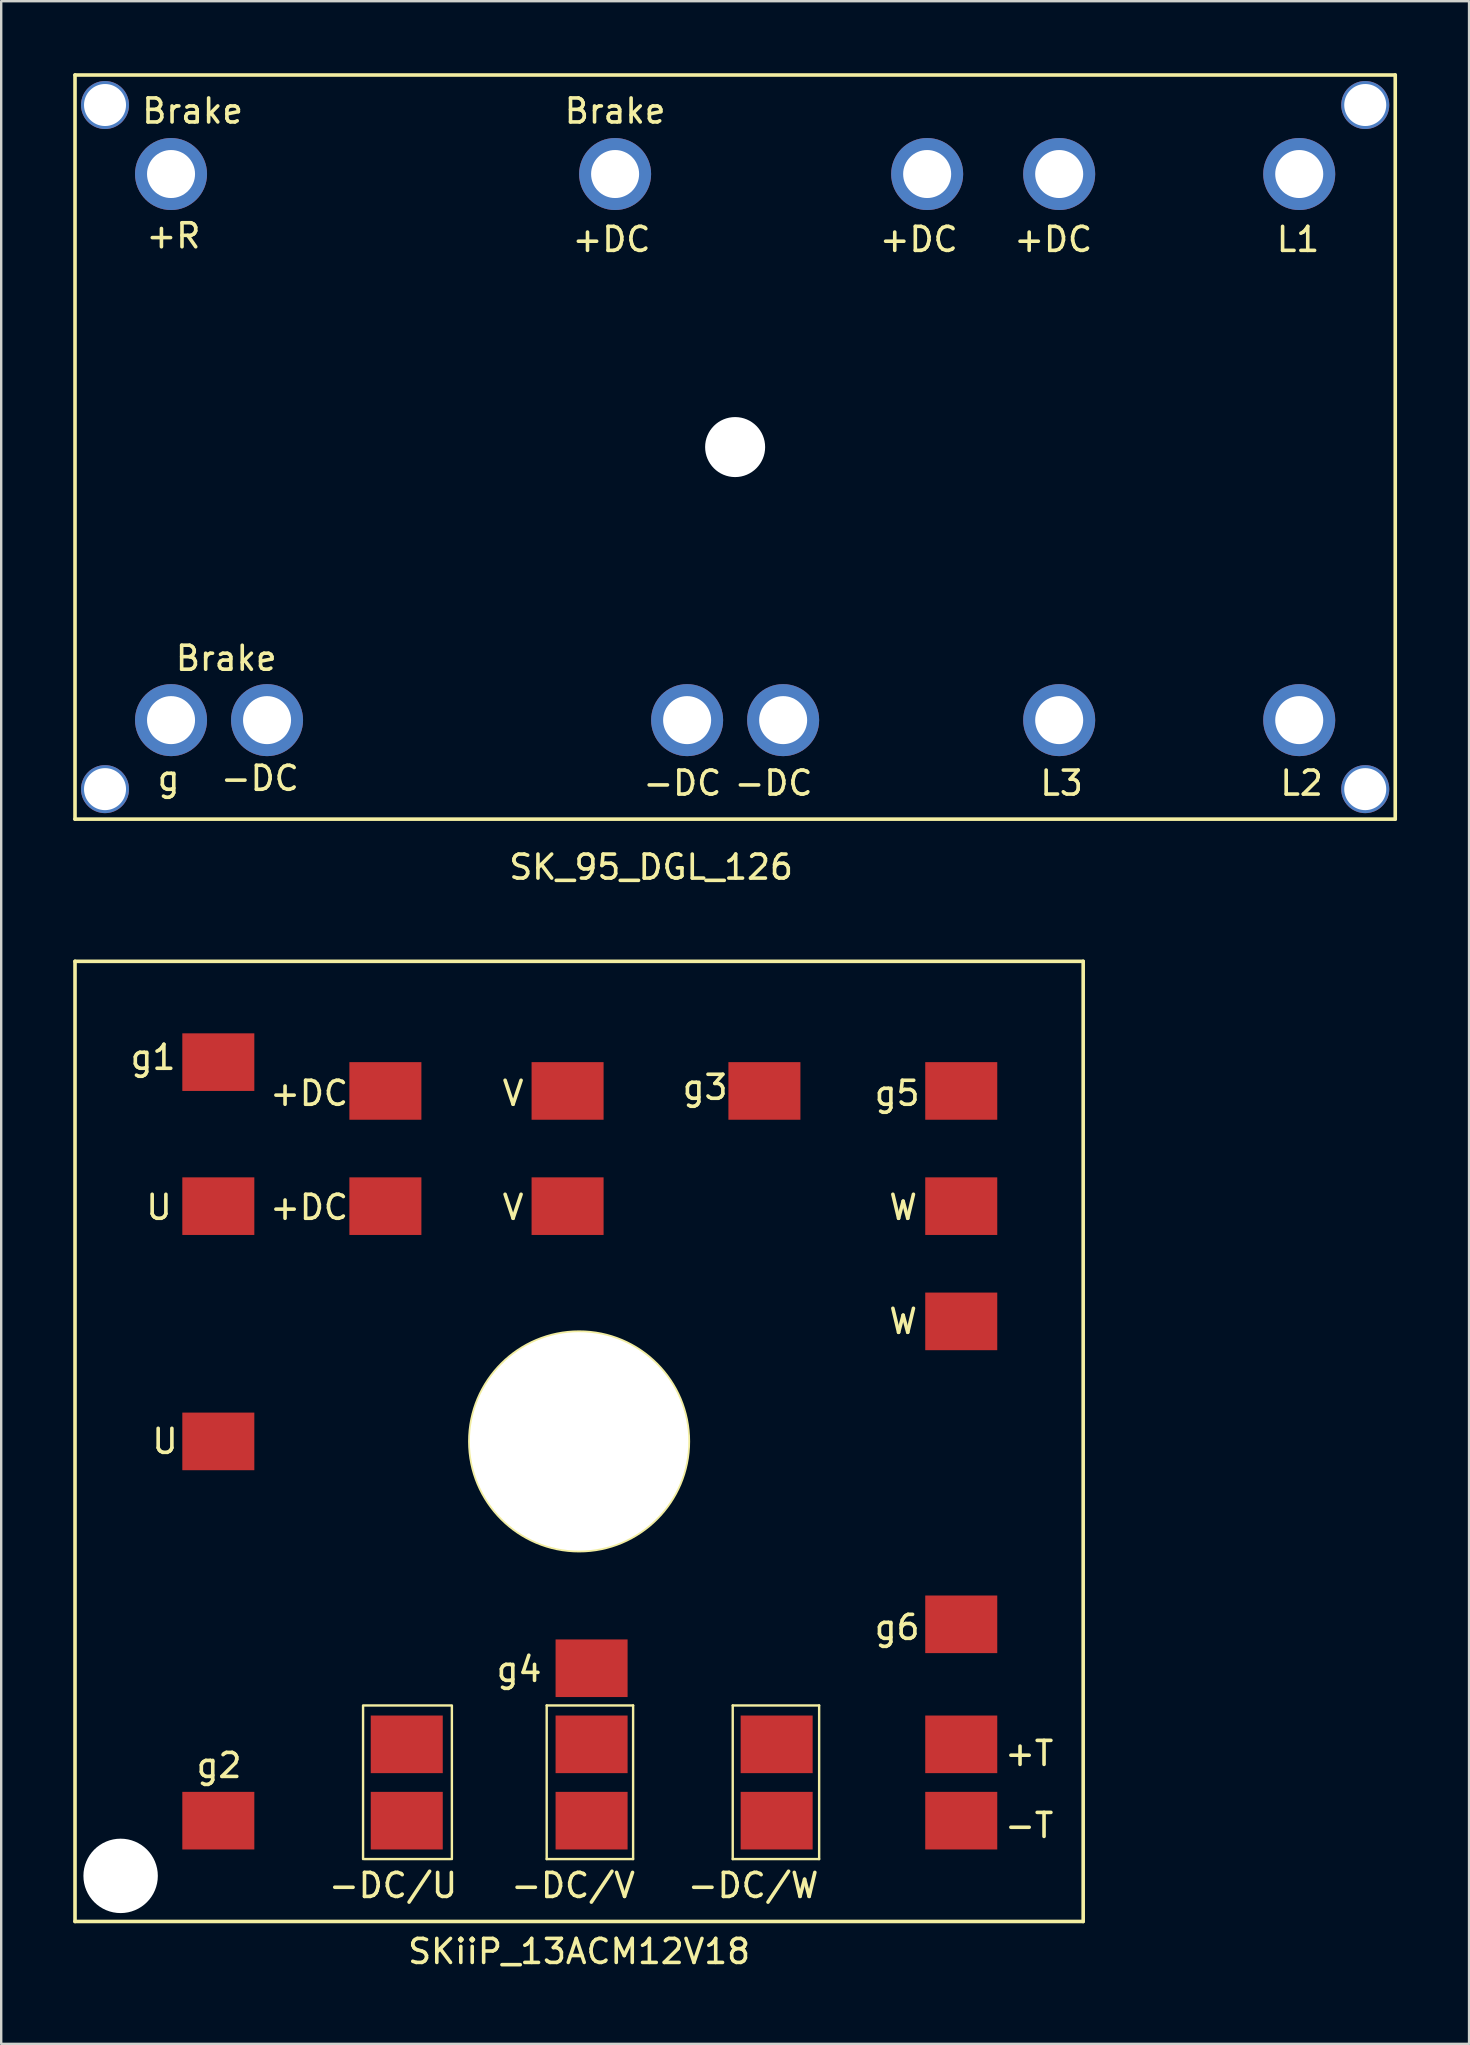
<source format=kicad_pcb>
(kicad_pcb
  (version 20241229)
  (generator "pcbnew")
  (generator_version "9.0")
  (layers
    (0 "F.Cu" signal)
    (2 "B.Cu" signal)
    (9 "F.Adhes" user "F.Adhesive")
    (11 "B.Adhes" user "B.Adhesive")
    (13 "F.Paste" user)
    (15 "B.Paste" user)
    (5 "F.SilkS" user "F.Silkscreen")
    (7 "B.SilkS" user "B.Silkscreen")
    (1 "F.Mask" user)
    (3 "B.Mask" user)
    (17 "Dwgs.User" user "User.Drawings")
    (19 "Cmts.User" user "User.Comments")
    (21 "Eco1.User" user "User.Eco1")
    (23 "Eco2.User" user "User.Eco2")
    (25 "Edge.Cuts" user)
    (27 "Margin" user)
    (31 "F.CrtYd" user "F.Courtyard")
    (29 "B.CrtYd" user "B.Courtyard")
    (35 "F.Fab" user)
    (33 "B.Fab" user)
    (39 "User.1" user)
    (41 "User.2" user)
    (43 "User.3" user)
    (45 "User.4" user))
  (footprint "SKiiP_13ACM12V18"
    (layer "F.Cu")
    (at 21.075 56.998)
    (property "Reference" "SKiiP_13ACM12V18" (at 0 21.25 0) (layer "F.SilkS") (effects (font (size 1 1) (thickness 0.15))))
    (attr through_hole)
    (fp_line (start -21 -20) (end 21 -20) (stroke (width 0.15) (type solid)) (layer "F.SilkS"))
    (fp_line (start -21 20) (end -21 -20) (stroke (width 0.15) (type solid)) (layer "F.SilkS"))
    (fp_line (start -9 11) (end -9 17.4) (stroke (width 0.1) (type solid)) (layer "F.SilkS"))
    (fp_line (start -8.95 17.4) (end -5.35 17.4) (stroke (width 0.1) (type solid)) (layer "F.SilkS"))
    (fp_line (start -5.35 11) (end -8.95 11) (stroke (width 0.1) (type solid)) (layer "F.SilkS"))
    (fp_line (start -5.3 17.4) (end -5.3 11) (stroke (width 0.1) (type solid)) (layer "F.SilkS"))
    (fp_line (start -1.35 11) (end -1.35 17.4) (stroke (width 0.1) (type solid)) (layer "F.SilkS"))
    (fp_line (start -1.35 17.4) (end 2.25 17.4) (stroke (width 0.1) (type solid)) (layer "F.SilkS"))
    (fp_line (start 2.25 11) (end -1.35 11) (stroke (width 0.1) (type solid)) (layer "F.SilkS"))
    (fp_line (start 2.25 17.4) (end 2.25 11) (stroke (width 0.1) (type solid)) (layer "F.SilkS"))
    (fp_line (start 6.4 11) (end 6.4 17.4) (stroke (width 0.1) (type solid)) (layer "F.SilkS"))
    (fp_line (start 6.4 17.4) (end 10 17.4) (stroke (width 0.1) (type solid)) (layer "F.SilkS"))
    (fp_line (start 10 11) (end 6.4 11) (stroke (width 0.1) (type solid)) (layer "F.SilkS"))
    (fp_line (start 10 17.4) (end 10 11) (stroke (width 0.1) (type solid)) (layer "F.SilkS"))
    (fp_line (start 21 -20) (end 21 20) (stroke (width 0.15) (type solid)) (layer "F.SilkS"))
    (fp_line (start 21 20) (end -21 20) (stroke (width 0.15) (type solid)) (layer "F.SilkS"))
    (fp_circle (center 0 0) (end 4.55 0) (stroke (width 0.15) (type solid)) (fill no) (layer "F.SilkS"))
    (fp_text user "-DC/V" (at -0.25 18.5 0) (layer "F.SilkS") (effects (font (size 1 1) (thickness 0.15))))
    (fp_text user "W" (at 13.5 -5 0) (layer "F.SilkS") (effects (font (size 1 1) (thickness 0.15))))
    (fp_text user "-T" (at 18.75 16 0) (layer "F.SilkS") (effects (font (size 1 1) (thickness 0.15))))
    (fp_text user "+DC" (at -11.25 -9.75 0) (layer "F.SilkS") (effects (font (size 1 1) (thickness 0.15))))
    (fp_text user "U" (at -17.5 -9.75 0) (layer "F.SilkS") (effects (font (size 1 1) (thickness 0.15))))
    (fp_text user "g6" (at 13.25 7.75 0) (layer "F.SilkS") (effects (font (size 1 1) (thickness 0.15))))
    (fp_text user "V" (at -2.75 -14.5 0) (layer "F.SilkS") (effects (font (size 1 1) (thickness 0.15))))
    (fp_text user "g3" (at 5.25 -14.75 0) (layer "F.SilkS") (effects (font (size 1 1) (thickness 0.15))))
    (fp_text user "-DC/U" (at -7.75 18.5 0) (layer "F.SilkS") (effects (font (size 1 1) (thickness 0.15))))
    (fp_text user "g5" (at 13.25 -14.5 0) (layer "F.SilkS") (effects (font (size 1 1) (thickness 0.15))))
    (fp_text user "g1" (at -17.75 -16 0) (layer "F.SilkS") (effects (font (size 1 1) (thickness 0.15))))
    (fp_text user "g4" (at -2.5 9.5 0) (layer "F.SilkS") (effects (font (size 1 1) (thickness 0.15))))
    (fp_text user "V" (at -2.75 -9.75 0) (layer "F.SilkS") (effects (font (size 1 1) (thickness 0.15))))
    (fp_text user "-DC/W" (at 7.25 18.5 0) (layer "F.SilkS") (effects (font (size 1 1) (thickness 0.15))))
    (fp_text user "g2" (at -15 13.5 0) (layer "F.SilkS") (effects (font (size 1 1) (thickness 0.15))))
    (fp_text user "+T" (at 18.75 13 0) (layer "F.SilkS") (effects (font (size 1 1) (thickness 0.15))))
    (fp_text user "+DC" (at -11.25 -14.5 0) (layer "F.SilkS") (effects (font (size 1 1) (thickness 0.15))))
    (fp_text user "U" (at -17.25 0 0) (layer "F.SilkS") (effects (font (size 1 1) (thickness 0.15))))
    (fp_text user "W" (at 13.5 -9.75 0) (layer "F.SilkS") (effects (font (size 1 1) (thickness 0.15))))
    (pad "" np_thru_hole circle (at -19.1 18.1) (size 3.1 3.1) (drill 3.1) (layers "*.Cu" "*.Mask"))
    (pad "" np_thru_hole circle (at 0 0) (size 9.1 9.1) (drill 9.1) (layers "*.Cu" "*.Mask"))
    (pad "1" smd rect (at -15.03 -15.8) (size 3 2.4) (layers "F.Cu" "F.Mask"))
    (pad "2" smd rect (at -15.03 15.8) (size 3 2.4) (layers "F.Cu" "F.Mask"))
    (pad "3" smd rect (at 7.72 -14.6) (size 3 2.4) (layers "F.Cu" "F.Mask"))
    (pad "4" smd rect (at 0.52 9.45) (size 3 2.4) (layers "F.Cu" "F.Mask"))
    (pad "5" smd rect (at 15.92 -14.6) (size 3 2.4) (layers "F.Cu" "F.Mask"))
    (pad "6" smd rect (at 15.92 7.62) (size 3 2.4) (layers "F.Cu" "F.Mask"))
    (pad "7" smd rect (at -8.07 -14.6) (size 3 2.4) (layers "F.Cu" "F.Mask"))
    (pad "8" smd rect (at -8.07 -9.8) (size 3 2.4) (layers "F.Cu" "F.Mask"))
    (pad "9" smd rect (at -7.18 12.62) (size 3 2.4) (layers "F.Cu" "F.Mask"))
    (pad "10" smd rect (at -7.18 15.8) (size 3 2.4) (layers "F.Cu" "F.Mask"))
    (pad "11" smd rect (at 0.52 12.62) (size 3 2.4) (layers "F.Cu" "F.Mask"))
    (pad "12" smd rect (at 0.52 15.8) (size 3 2.4) (layers "F.Cu" "F.Mask"))
    (pad "13" smd rect (at 8.23 12.62) (size 3 2.4) (layers "F.Cu" "F.Mask"))
    (pad "14" smd rect (at 8.23 15.8) (size 3 2.4) (layers "F.Cu" "F.Mask"))
    (pad "15" smd rect (at -15.03 -9.8) (size 3 2.4) (layers "F.Cu" "F.Mask"))
    (pad "16" smd rect (at -15.03 0) (size 3 2.4) (layers "F.Cu" "F.Mask"))
    (pad "17" smd rect (at -0.48 -14.6) (size 3 2.4) (layers "F.Cu" "F.Mask"))
    (pad "18" smd rect (at -0.48 -9.8) (size 3 2.4) (layers "F.Cu" "F.Mask"))
    (pad "19" smd rect (at 15.92 -9.8) (size 3 2.4) (layers "F.Cu" "F.Mask"))
    (pad "20" smd rect (at 15.92 -5) (size 3 2.4) (layers "F.Cu" "F.Mask"))
    (pad "21" smd rect (at 15.92 12.62) (size 3 2.4) (layers "F.Cu" "F.Mask"))
    (pad "22" smd rect (at 15.92 15.8) (size 3 2.4) (layers "F.Cu" "F.Mask")))
  (footprint "SK_95_DGL_126"
    (layer "F.Cu")
    (at 27.575 15.575)
    (property "Reference" "SK_95_DGL_126" (at -3.5 17.5 0) (layer "F.SilkS") (effects (font (size 1 1) (thickness 0.15))))
    (attr through_hole)
    (fp_line (start -27.5 15.5) (end -27.5 -15.5) (stroke (width 0.15) (type solid)) (layer "F.SilkS"))
    (fp_line (start 27.5 -15.5) (end -27.5 -15.5) (stroke (width 0.15) (type solid)) (layer "F.SilkS"))
    (fp_line (start 27.5 15.5) (end -27.5 15.5) (stroke (width 0.15) (type solid)) (layer "F.SilkS"))
    (fp_line (start 27.5 15.5) (end 27.5 -15.5) (stroke (width 0.15) (type solid)) (layer "F.SilkS"))
    (fp_text user "Brake" (at -21.2 8.8 0) (layer "F.SilkS") (effects (font (size 1 1) (thickness 0.15))))
    (fp_text user "+R" (at -23.4 -8.8 0) (layer "F.SilkS") (effects (font (size 1 1) (thickness 0.15))))
    (fp_text user "L2" (at 23.6 14 0) (layer "F.SilkS") (effects (font (size 1 1) (thickness 0.15))))
    (fp_text user "+DC" (at -5.15 -8.65 0) (layer "F.SilkS") (effects (font (size 1 1) (thickness 0.15))))
    (fp_text user "-DC" (at 1.6 14 0) (layer "F.SilkS") (effects (font (size 1 1) (thickness 0.15))))
    (fp_text user "-DC" (at -2.2 14 0) (layer "F.SilkS") (effects (font (size 1 1) (thickness 0.15))))
    (fp_text user "g" (at -23.6 13.8 0) (layer "F.SilkS") (effects (font (size 1 1) (thickness 0.15))))
    (fp_text user "-DC" (at -19.8 13.8 0) (layer "F.SilkS") (effects (font (size 1 1) (thickness 0.15))))
    (fp_text user "L3" (at 13.6 14 0) (layer "F.SilkS") (effects (font (size 1 1) (thickness 0.15))))
    (fp_text user "L1" (at 23.45 -8.65 0) (layer "F.SilkS") (effects (font (size 1 1) (thickness 0.15))))
    (fp_text user "Brake" (at -5 -14 0) (layer "F.SilkS") (effects (font (size 1 1) (thickness 0.15))))
    (fp_text user "+DC" (at 13.25 -8.65 0) (layer "F.SilkS") (effects (font (size 1 1) (thickness 0.15))))
    (fp_text user "+DC" (at 7.65 -8.65 0) (layer "F.SilkS") (effects (font (size 1 1) (thickness 0.15))))
    (fp_text user "Brake" (at -22.6 -14 0) (layer "F.SilkS") (effects (font (size 1 1) (thickness 0.15))))
    (pad "" np_thru_hole circle (at -26.25 -14.25) (size 2 2) (drill 1.75) (layers "*.Cu" "*.Mask"))
    (pad "" np_thru_hole circle (at -26.25 14.25) (size 2 2) (drill 1.75) (layers "*.Cu" "*.Mask"))
    (pad "" np_thru_hole circle (at 0 0) (size 2.5 2.5) (drill 2.5) (layers "*.Cu" "*.Mask"))
    (pad "" np_thru_hole circle (at 26.25 -14.25) (size 2 2) (drill 1.75) (layers "*.Cu" "*.Mask"))
    (pad "" np_thru_hole circle (at 26.25 14.25) (size 2 2) (drill 1.75) (layers "*.Cu" "*.Mask"))
    (pad "1" thru_hole circle (at 23.5 -11.375) (size 3 3) (drill 2) (layers "*.Cu" "*.Mask"))
    (pad "4" thru_hole circle (at 13.5 -11.375) (size 3 3) (drill 2) (layers "*.Cu" "*.Mask"))
    (pad "5" thru_hole circle (at 8 -11.375) (size 3 3) (drill 2) (layers "*.Cu" "*.Mask"))
    (pad "9" thru_hole circle (at -5 -11.375) (size 3 3) (drill 2) (layers "*.Cu" "*.Mask"))
    (pad "14" thru_hole circle (at -23.5 -11.375) (size 3 3) (drill 2) (layers "*.Cu" "*.Mask"))
    (pad "15" thru_hole circle (at 23.5 11.375) (size 3 3) (drill 2) (layers "*.Cu" "*.Mask"))
    (pad "18" thru_hole circle (at 13.5 11.375) (size 3 3) (drill 2) (layers "*.Cu" "*.Mask"))
    (pad "21" thru_hole circle (at 2 11.375) (size 3 3) (drill 2) (layers "*.Cu" "*.Mask"))
    (pad "22" thru_hole circle (at -2 11.375) (size 3 3) (drill 2) (layers "*.Cu" "*.Mask"))
    (pad "27" thru_hole circle (at -19.5 11.375) (size 3 3) (drill 2) (layers "*.Cu" "*.Mask"))
    (pad "28" thru_hole circle (at -23.5 11.375) (size 3 3) (drill 2) (layers "*.Cu" "*.Mask")))
  (gr_rect
    (start -3 -3)
    (end 58.15 82.097)
    (stroke (width 0.1) (type default))
    (fill no)
    (layer "Edge.Cuts")))
</source>
